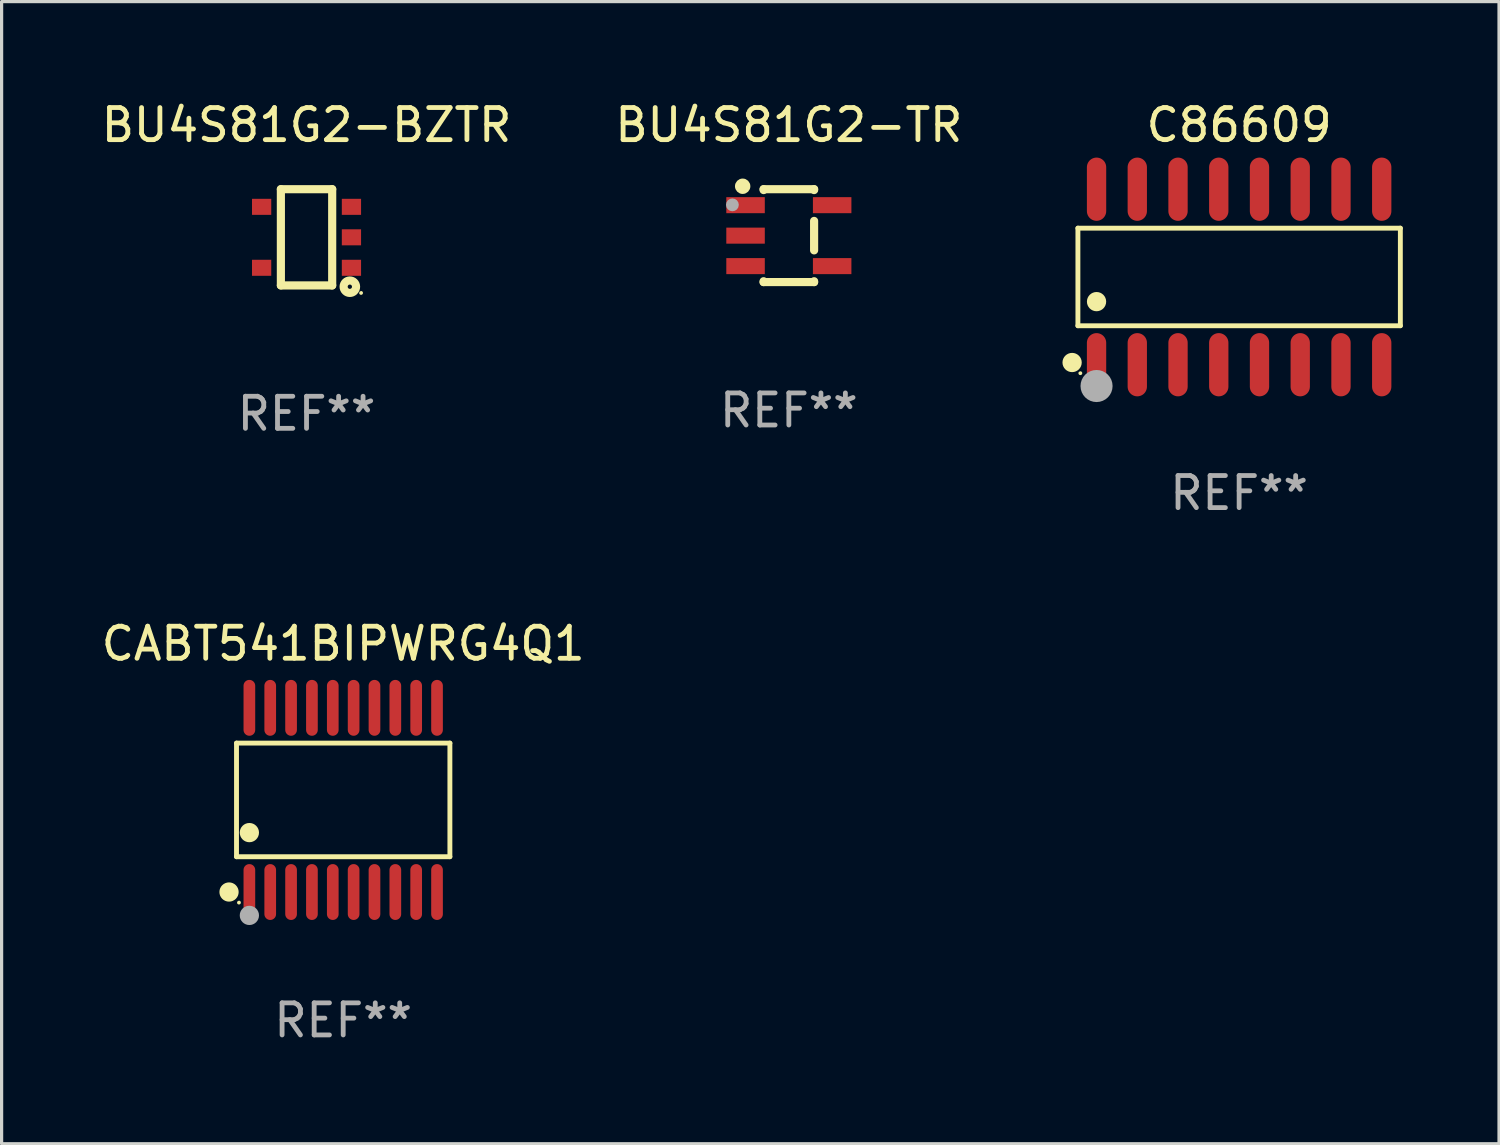
<source format=kicad_pcb>
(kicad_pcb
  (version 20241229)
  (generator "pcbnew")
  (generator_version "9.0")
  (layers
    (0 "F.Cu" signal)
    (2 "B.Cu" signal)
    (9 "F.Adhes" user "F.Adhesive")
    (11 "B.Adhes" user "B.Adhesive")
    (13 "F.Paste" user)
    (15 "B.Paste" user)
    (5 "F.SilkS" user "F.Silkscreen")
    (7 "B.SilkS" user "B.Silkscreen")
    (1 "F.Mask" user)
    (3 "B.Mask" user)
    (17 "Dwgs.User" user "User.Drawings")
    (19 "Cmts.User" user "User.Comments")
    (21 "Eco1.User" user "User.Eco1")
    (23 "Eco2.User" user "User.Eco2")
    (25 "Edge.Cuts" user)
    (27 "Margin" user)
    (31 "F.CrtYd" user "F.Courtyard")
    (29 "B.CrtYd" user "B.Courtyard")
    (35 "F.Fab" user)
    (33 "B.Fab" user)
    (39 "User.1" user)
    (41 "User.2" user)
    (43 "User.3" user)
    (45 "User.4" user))
  (footprint "BU4S81G2-BZTR"
    (layer "F.Cu")
    (at 6.506 4.348)
    (property "Reference" "BU4S81G2-BZTR" (at 0 -3.5 0) (layer "F.SilkS") (effects (font (size 1 1) (thickness 0.15))))
    (attr through_hole)
    (fp_line (start -0.8 -1.5) (end -0.8 1.5) (stroke (width 0.254) (type solid)) (layer "F.SilkS"))
    (fp_line (start -0.8 -1.5) (end 0.8 -1.5) (stroke (width 0.254) (type solid)) (layer "F.SilkS"))
    (fp_line (start 0.8 1.5) (end -0.8 1.5) (stroke (width 0.254) (type solid)) (layer "F.SilkS"))
    (fp_line (start 0.8 1.5) (end 0.8 -1.5) (stroke (width 0.254) (type solid)) (layer "F.SilkS"))
    (fp_circle (center 1.35 1.54) (end 1.417 1.54) (stroke (width 0.254) (type solid)) (fill no) (layer "F.SilkS"))
    (fp_circle (center 1.7 1.734) (end 1.73 1.734) (stroke (width 0.06) (type solid)) (fill no) (layer "F.SilkS"))
    (fp_text user "REF**" (at 0 5.5 0) (layer "F.Fab") (effects (font (size 1 1) (thickness 0.15))))
    (pad "1" smd rect (at 1.4 0.95 270) (size 0.5 0.6) (layers "F.Cu" "F.Mask" "F.Paste"))
    (pad "2" smd rect (at 1.4 0 270) (size 0.5 0.6) (layers "F.Cu" "F.Mask" "F.Paste"))
    (pad "3" smd rect (at 1.4 -0.95 270) (size 0.5 0.6) (layers "F.Cu" "F.Mask" "F.Paste"))
    (pad "4" smd rect (at -1.4 -0.95 270) (size 0.5 0.6) (layers "F.Cu" "F.Mask" "F.Paste"))
    (pad "5" smd rect (at -1.4 0.95 270) (size 0.5 0.6) (layers "F.Cu" "F.Mask" "F.Paste")))
  (footprint "C86609"
    (layer "F.Cu")
    (at 35.579 5.584)
    (property "Reference" "C86609" (at 0 -4.736 0) (layer "F.SilkS") (effects (font (size 1 1) (thickness 0.15))))
    (attr through_hole)
    (fp_line (start -5.026 -1.521) (end 5.026 -1.521) (stroke (width 0.152) (type solid)) (layer "F.SilkS"))
    (fp_line (start -5.026 1.521) (end -5.026 -1.521) (stroke (width 0.152) (type solid)) (layer "F.SilkS"))
    (fp_line (start 5.026 -1.521) (end 5.026 1.521) (stroke (width 0.152) (type solid)) (layer "F.SilkS"))
    (fp_line (start 5.026 1.521) (end -5.026 1.521) (stroke (width 0.152) (type solid)) (layer "F.SilkS"))
    (fp_circle (center -5.207 2.667) (end -5.057 2.667) (stroke (width 0.3) (type solid)) (fill no) (layer "F.SilkS"))
    (fp_circle (center -4.95 3) (end -4.92 3) (stroke (width 0.06) (type solid)) (fill no) (layer "F.SilkS"))
    (fp_circle (center -4.445 0.769) (end -4.295 0.769) (stroke (width 0.3) (type solid)) (fill no) (layer "F.SilkS"))
    (fp_circle (center -4.445 3.4) (end -4.195 3.4) (stroke (width 0.5) (type solid)) (fill no) (layer "F.Fab"))
    (fp_text user "REF**" (at 0 6.736 0) (layer "F.Fab") (effects (font (size 1 1) (thickness 0.15))))
    (pad "1" smd oval (at -4.445 2.736) (size 0.602 1.971) (layers "F.Cu" "F.Mask" "F.Paste"))
    (pad "2" smd oval (at -3.175 2.736) (size 0.602 1.971) (layers "F.Cu" "F.Mask" "F.Paste"))
    (pad "3" smd oval (at -1.905 2.736) (size 0.602 1.971) (layers "F.Cu" "F.Mask" "F.Paste"))
    (pad "4" smd oval (at -0.635 2.736) (size 0.602 1.971) (layers "F.Cu" "F.Mask" "F.Paste"))
    (pad "5" smd oval (at 0.635 2.736) (size 0.602 1.971) (layers "F.Cu" "F.Mask" "F.Paste"))
    (pad "6" smd oval (at 1.905 2.736) (size 0.602 1.971) (layers "F.Cu" "F.Mask" "F.Paste"))
    (pad "7" smd oval (at 3.175 2.736) (size 0.602 1.971) (layers "F.Cu" "F.Mask" "F.Paste"))
    (pad "8" smd oval (at 4.445 2.736) (size 0.602 1.971) (layers "F.Cu" "F.Mask" "F.Paste"))
    (pad "9" smd oval (at 4.445 -2.736) (size 0.602 1.971) (layers "F.Cu" "F.Mask" "F.Paste"))
    (pad "10" smd oval (at 3.175 -2.736) (size 0.602 1.971) (layers "F.Cu" "F.Mask" "F.Paste"))
    (pad "11" smd oval (at 1.905 -2.736) (size 0.602 1.971) (layers "F.Cu" "F.Mask" "F.Paste"))
    (pad "12" smd oval (at 0.635 -2.736) (size 0.602 1.971) (layers "F.Cu" "F.Mask" "F.Paste"))
    (pad "13" smd oval (at -0.635 -2.736) (size 0.602 1.971) (layers "F.Cu" "F.Mask" "F.Paste"))
    (pad "14" smd oval (at -1.905 -2.736) (size 0.602 1.971) (layers "F.Cu" "F.Mask" "F.Paste"))
    (pad "15" smd oval (at -3.175 -2.736) (size 0.602 1.971) (layers "F.Cu" "F.Mask" "F.Paste"))
    (pad "16" smd oval (at -4.445 -2.736) (size 0.602 1.971) (layers "F.Cu" "F.Mask" "F.Paste")))
  (footprint "CABT541BIPWRG4Q1"
    (layer "F.Cu")
    (at 7.649 21.887)
    (property "Reference" "CABT541BIPWRG4Q1" (at 0 -4.871 0) (layer "F.SilkS") (effects (font (size 1 1) (thickness 0.15))))
    (attr through_hole)
    (fp_line (start -3.326 -1.771) (end 3.326 -1.771) (stroke (width 0.152) (type solid)) (layer "F.SilkS"))
    (fp_line (start -3.326 1.771) (end -3.326 -1.771) (stroke (width 0.152) (type solid)) (layer "F.SilkS"))
    (fp_line (start 3.326 -1.771) (end 3.326 1.771) (stroke (width 0.152) (type solid)) (layer "F.SilkS"))
    (fp_line (start 3.326 1.771) (end -3.326 1.771) (stroke (width 0.152) (type solid)) (layer "F.SilkS"))
    (fp_circle (center -3.559 2.871) (end -3.409 2.871) (stroke (width 0.3) (type solid)) (fill no) (layer "F.SilkS"))
    (fp_circle (center -3.25 3.2) (end -3.22 3.2) (stroke (width 0.06) (type solid)) (fill no) (layer "F.SilkS"))
    (fp_circle (center -2.925 1.019) (end -2.775 1.019) (stroke (width 0.3) (type solid)) (fill no) (layer "F.SilkS"))
    (fp_circle (center -2.925 3.6) (end -2.775 3.6) (stroke (width 0.3) (type solid)) (fill no) (layer "F.Fab"))
    (fp_text user "REF**" (at 0 6.871 0) (layer "F.Fab") (effects (font (size 1 1) (thickness 0.15))))
    (pad "1" smd oval (at -2.925 2.871) (size 0.364 1.742) (layers "F.Cu" "F.Mask" "F.Paste"))
    (pad "2" smd oval (at -2.275 2.871) (size 0.364 1.742) (layers "F.Cu" "F.Mask" "F.Paste"))
    (pad "3" smd oval (at -1.625 2.871) (size 0.364 1.742) (layers "F.Cu" "F.Mask" "F.Paste"))
    (pad "4" smd oval (at -0.975 2.871) (size 0.364 1.742) (layers "F.Cu" "F.Mask" "F.Paste"))
    (pad "5" smd oval (at -0.325 2.871) (size 0.364 1.742) (layers "F.Cu" "F.Mask" "F.Paste"))
    (pad "6" smd oval (at 0.325 2.871) (size 0.364 1.742) (layers "F.Cu" "F.Mask" "F.Paste"))
    (pad "7" smd oval (at 0.975 2.871) (size 0.364 1.742) (layers "F.Cu" "F.Mask" "F.Paste"))
    (pad "8" smd oval (at 1.625 2.871) (size 0.364 1.742) (layers "F.Cu" "F.Mask" "F.Paste"))
    (pad "9" smd oval (at 2.275 2.871) (size 0.364 1.742) (layers "F.Cu" "F.Mask" "F.Paste"))
    (pad "10" smd oval (at 2.925 2.871) (size 0.364 1.742) (layers "F.Cu" "F.Mask" "F.Paste"))
    (pad "11" smd oval (at 2.925 -2.871) (size 0.364 1.742) (layers "F.Cu" "F.Mask" "F.Paste"))
    (pad "12" smd oval (at 2.275 -2.871) (size 0.364 1.742) (layers "F.Cu" "F.Mask" "F.Paste"))
    (pad "13" smd oval (at 1.625 -2.871) (size 0.364 1.742) (layers "F.Cu" "F.Mask" "F.Paste"))
    (pad "14" smd oval (at 0.975 -2.871) (size 0.364 1.742) (layers "F.Cu" "F.Mask" "F.Paste"))
    (pad "15" smd oval (at 0.325 -2.871) (size 0.364 1.742) (layers "F.Cu" "F.Mask" "F.Paste"))
    (pad "16" smd oval (at -0.325 -2.871) (size 0.364 1.742) (layers "F.Cu" "F.Mask" "F.Paste"))
    (pad "17" smd oval (at -0.975 -2.871) (size 0.364 1.742) (layers "F.Cu" "F.Mask" "F.Paste"))
    (pad "18" smd oval (at -1.625 -2.871) (size 0.364 1.742) (layers "F.Cu" "F.Mask" "F.Paste"))
    (pad "19" smd oval (at -2.275 -2.871) (size 0.364 1.742) (layers "F.Cu" "F.Mask" "F.Paste"))
    (pad "20" smd oval (at -2.925 -2.871) (size 0.364 1.742) (layers "F.Cu" "F.Mask" "F.Paste")))
  (footprint "BU4S81G2-TR"
    (layer "F.Cu")
    (at 21.542 4.296)
    (property "Reference" "BU4S81G2-TR" (at 0 -3.448 0) (layer "F.SilkS") (effects (font (size 1 1) (thickness 0.15))))
    (attr through_hole)
    (fp_line (start -0.787 -1.448) (end -0.787 -1.421) (stroke (width 0.254) (type solid)) (layer "F.SilkS"))
    (fp_line (start -0.787 -1.448) (end 0.787 -1.448) (stroke (width 0.254) (type solid)) (layer "F.SilkS"))
    (fp_line (start -0.787 1.421) (end -0.787 1.448) (stroke (width 0.254) (type solid)) (layer "F.SilkS"))
    (fp_line (start 0.787 -1.448) (end 0.787 -1.421) (stroke (width 0.254) (type solid)) (layer "F.SilkS"))
    (fp_line (start 0.787 -0.459) (end 0.787 0.459) (stroke (width 0.254) (type solid)) (layer "F.SilkS"))
    (fp_line (start 0.787 1.421) (end 0.787 1.448) (stroke (width 0.254) (type solid)) (layer "F.SilkS"))
    (fp_line (start 0.787 1.448) (end -0.787 1.448) (stroke (width 0.254) (type solid)) (layer "F.SilkS"))
    (fp_circle (center -1.55 -1.45) (end -1.52 -1.45) (stroke (width 0.06) (type solid)) (fill no) (layer "F.SilkS"))
    (fp_circle (center -1.44 -1.54) (end -1.32 -1.54) (stroke (width 0.24) (type solid)) (fill no) (layer "F.SilkS"))
    (fp_circle (center -1.76 -0.96) (end -1.66 -0.96) (stroke (width 0.2) (type solid)) (fill no) (layer "F.Fab"))
    (fp_text user "REF**" (at 0 5.448 0) (layer "F.Fab") (effects (font (size 1 1) (thickness 0.15))))
    (pad "1" smd rect (at -1.35 -0.95 90) (size 0.5 1.2) (layers "F.Cu" "F.Mask" "F.Paste"))
    (pad "2" smd rect (at -1.35 0 90) (size 0.5 1.2) (layers "F.Cu" "F.Mask" "F.Paste"))
    (pad "3" smd rect (at -1.35 0.95 270) (size 0.5 1.2) (layers "F.Cu" "F.Mask" "F.Paste"))
    (pad "4" smd rect (at 1.35 0.95 90) (size 0.5 1.2) (layers "F.Cu" "F.Mask" "F.Paste"))
    (pad "5" smd rect (at 1.35 -0.95 270) (size 0.5 1.2) (layers "F.Cu" "F.Mask" "F.Paste")))
  (gr_rect
    (start -3 -3)
    (end 43.681 32.606)
    (stroke (width 0.1) (type default))
    (fill no)
    (layer "Edge.Cuts")))
</source>
